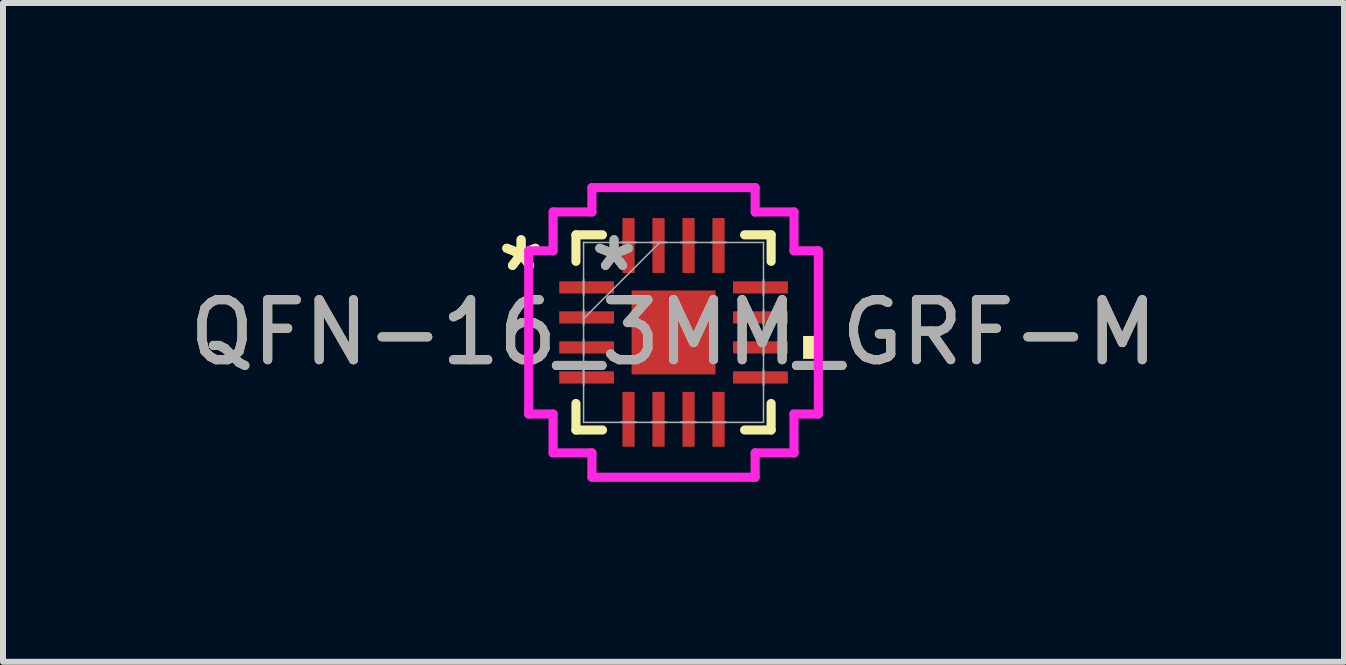
<source format=kicad_pcb>
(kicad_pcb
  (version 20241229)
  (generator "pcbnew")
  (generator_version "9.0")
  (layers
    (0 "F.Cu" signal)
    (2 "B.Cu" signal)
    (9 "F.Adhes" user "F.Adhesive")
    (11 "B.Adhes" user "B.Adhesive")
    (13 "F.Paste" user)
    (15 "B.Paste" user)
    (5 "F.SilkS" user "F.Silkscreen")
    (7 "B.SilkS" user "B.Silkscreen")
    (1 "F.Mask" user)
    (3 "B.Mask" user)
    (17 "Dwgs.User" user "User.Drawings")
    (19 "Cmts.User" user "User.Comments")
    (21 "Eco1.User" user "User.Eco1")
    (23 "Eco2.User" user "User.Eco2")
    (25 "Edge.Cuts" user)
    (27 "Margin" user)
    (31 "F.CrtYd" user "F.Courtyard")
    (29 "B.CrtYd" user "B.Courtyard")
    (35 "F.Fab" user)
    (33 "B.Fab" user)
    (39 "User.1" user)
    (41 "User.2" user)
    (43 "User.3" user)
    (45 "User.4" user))
  (footprint "QFN-16_3MM_GRF-M"
    (layer "F.Cu")
    (at 8.173 2.489)
    (property "Reference" "QFN-16_3MM_GRF-M" (at 0 0 0) (unlocked yes) (layer "F.SilkS") (effects (font (size 1 1) (thickness 0.15))))
    (attr smd)
    (fp_line (start -1.626 -1.626) (end -1.626 -1.184) (stroke (width 0.152) (type solid)) (layer "F.SilkS"))
    (fp_line (start -1.626 1.184) (end -1.626 1.626) (stroke (width 0.152) (type solid)) (layer "F.SilkS"))
    (fp_line (start -1.626 1.626) (end -1.184 1.626) (stroke (width 0.152) (type solid)) (layer "F.SilkS"))
    (fp_line (start -1.184 -1.626) (end -1.626 -1.626) (stroke (width 0.152) (type solid)) (layer "F.SilkS"))
    (fp_line (start 1.184 1.626) (end 1.626 1.626) (stroke (width 0.152) (type solid)) (layer "F.SilkS"))
    (fp_line (start 1.626 -1.626) (end 1.184 -1.626) (stroke (width 0.152) (type solid)) (layer "F.SilkS"))
    (fp_line (start 1.626 -1.184) (end 1.626 -1.626) (stroke (width 0.152) (type solid)) (layer "F.SilkS"))
    (fp_line (start 1.626 1.626) (end 1.626 1.184) (stroke (width 0.152) (type solid)) (layer "F.SilkS"))
    (fp_poly (pts (xy 2.413 0.059) (xy 2.413 0.441) (xy 2.159 0.441) (xy 2.159 0.059)) (stroke (width 0) (type solid)) (fill yes) (layer "F.SilkS"))
    (fp_line (start -2.413 -1.36) (end -2.007 -1.36) (stroke (width 0.152) (type solid)) (layer "F.CrtYd"))
    (fp_line (start -2.413 1.36) (end -2.413 -1.36) (stroke (width 0.152) (type solid)) (layer "F.CrtYd"))
    (fp_line (start -2.007 -2.007) (end -1.36 -2.007) (stroke (width 0.152) (type solid)) (layer "F.CrtYd"))
    (fp_line (start -2.007 -1.36) (end -2.007 -2.007) (stroke (width 0.152) (type solid)) (layer "F.CrtYd"))
    (fp_line (start -2.007 1.36) (end -2.413 1.36) (stroke (width 0.152) (type solid)) (layer "F.CrtYd"))
    (fp_line (start -2.007 2.007) (end -2.007 1.36) (stroke (width 0.152) (type solid)) (layer "F.CrtYd"))
    (fp_line (start -1.36 -2.413) (end 1.36 -2.413) (stroke (width 0.152) (type solid)) (layer "F.CrtYd"))
    (fp_line (start -1.36 -2.007) (end -1.36 -2.413) (stroke (width 0.152) (type solid)) (layer "F.CrtYd"))
    (fp_line (start -1.36 2.007) (end -2.007 2.007) (stroke (width 0.152) (type solid)) (layer "F.CrtYd"))
    (fp_line (start -1.36 2.413) (end -1.36 2.007) (stroke (width 0.152) (type solid)) (layer "F.CrtYd"))
    (fp_line (start 1.36 -2.413) (end 1.36 -2.007) (stroke (width 0.152) (type solid)) (layer "F.CrtYd"))
    (fp_line (start 1.36 -2.007) (end 2.007 -2.007) (stroke (width 0.152) (type solid)) (layer "F.CrtYd"))
    (fp_line (start 1.36 2.007) (end 1.36 2.413) (stroke (width 0.152) (type solid)) (layer "F.CrtYd"))
    (fp_line (start 1.36 2.413) (end -1.36 2.413) (stroke (width 0.152) (type solid)) (layer "F.CrtYd"))
    (fp_line (start 2.007 -2.007) (end 2.007 -1.36) (stroke (width 0.152) (type solid)) (layer "F.CrtYd"))
    (fp_line (start 2.007 -1.36) (end 2.413 -1.36) (stroke (width 0.152) (type solid)) (layer "F.CrtYd"))
    (fp_line (start 2.007 1.36) (end 2.007 2.007) (stroke (width 0.152) (type solid)) (layer "F.CrtYd"))
    (fp_line (start 2.007 2.007) (end 1.36 2.007) (stroke (width 0.152) (type solid)) (layer "F.CrtYd"))
    (fp_line (start 2.413 -1.36) (end 2.413 1.36) (stroke (width 0.152) (type solid)) (layer "F.CrtYd"))
    (fp_line (start 2.413 1.36) (end 2.007 1.36) (stroke (width 0.152) (type solid)) (layer "F.CrtYd"))
    (fp_line (start -1.499 -1.499) (end -1.499 -1.499) (stroke (width 0.025) (type solid)) (layer "F.Fab"))
    (fp_line (start -1.499 -1.499) (end -1.499 1.499) (stroke (width 0.025) (type solid)) (layer "F.Fab"))
    (fp_line (start -1.499 -0.877) (end -1.499 -0.877) (stroke (width 0.025) (type solid)) (layer "F.Fab"))
    (fp_line (start -1.499 -0.877) (end -1.499 -0.623) (stroke (width 0.025) (type solid)) (layer "F.Fab"))
    (fp_line (start -1.499 -0.623) (end -1.499 -0.877) (stroke (width 0.025) (type solid)) (layer "F.Fab"))
    (fp_line (start -1.499 -0.623) (end -1.499 -0.623) (stroke (width 0.025) (type solid)) (layer "F.Fab"))
    (fp_line (start -1.499 -0.377) (end -1.499 -0.377) (stroke (width 0.025) (type solid)) (layer "F.Fab"))
    (fp_line (start -1.499 -0.377) (end -1.499 -0.123) (stroke (width 0.025) (type solid)) (layer "F.Fab"))
    (fp_line (start -1.499 -0.229) (end -0.229 -1.499) (stroke (width 0.025) (type solid)) (layer "F.Fab"))
    (fp_line (start -1.499 -0.123) (end -1.499 -0.377) (stroke (width 0.025) (type solid)) (layer "F.Fab"))
    (fp_line (start -1.499 -0.123) (end -1.499 -0.123) (stroke (width 0.025) (type solid)) (layer "F.Fab"))
    (fp_line (start -1.499 0.123) (end -1.499 0.123) (stroke (width 0.025) (type solid)) (layer "F.Fab"))
    (fp_line (start -1.499 0.123) (end -1.499 0.377) (stroke (width 0.025) (type solid)) (layer "F.Fab"))
    (fp_line (start -1.499 0.377) (end -1.499 0.123) (stroke (width 0.025) (type solid)) (layer "F.Fab"))
    (fp_line (start -1.499 0.377) (end -1.499 0.377) (stroke (width 0.025) (type solid)) (layer "F.Fab"))
    (fp_line (start -1.499 0.623) (end -1.499 0.623) (stroke (width 0.025) (type solid)) (layer "F.Fab"))
    (fp_line (start -1.499 0.623) (end -1.499 0.877) (stroke (width 0.025) (type solid)) (layer "F.Fab"))
    (fp_line (start -1.499 0.877) (end -1.499 0.623) (stroke (width 0.025) (type solid)) (layer "F.Fab"))
    (fp_line (start -1.499 0.877) (end -1.499 0.877) (stroke (width 0.025) (type solid)) (layer "F.Fab"))
    (fp_line (start -1.499 1.499) (end -1.499 1.499) (stroke (width 0.025) (type solid)) (layer "F.Fab"))
    (fp_line (start -1.499 1.499) (end 1.499 1.499) (stroke (width 0.025) (type solid)) (layer "F.Fab"))
    (fp_line (start -0.877 -1.499) (end -0.877 -1.499) (stroke (width 0.025) (type solid)) (layer "F.Fab"))
    (fp_line (start -0.877 -1.499) (end -0.623 -1.499) (stroke (width 0.025) (type solid)) (layer "F.Fab"))
    (fp_line (start -0.877 1.499) (end -0.877 1.499) (stroke (width 0.025) (type solid)) (layer "F.Fab"))
    (fp_line (start -0.877 1.499) (end -0.623 1.499) (stroke (width 0.025) (type solid)) (layer "F.Fab"))
    (fp_line (start -0.623 -1.499) (end -0.877 -1.499) (stroke (width 0.025) (type solid)) (layer "F.Fab"))
    (fp_line (start -0.623 -1.499) (end -0.623 -1.499) (stroke (width 0.025) (type solid)) (layer "F.Fab"))
    (fp_line (start -0.623 1.499) (end -0.877 1.499) (stroke (width 0.025) (type solid)) (layer "F.Fab"))
    (fp_line (start -0.623 1.499) (end -0.623 1.499) (stroke (width 0.025) (type solid)) (layer "F.Fab"))
    (fp_line (start -0.377 -1.499) (end -0.377 -1.499) (stroke (width 0.025) (type solid)) (layer "F.Fab"))
    (fp_line (start -0.377 -1.499) (end -0.123 -1.499) (stroke (width 0.025) (type solid)) (layer "F.Fab"))
    (fp_line (start -0.377 1.499) (end -0.377 1.499) (stroke (width 0.025) (type solid)) (layer "F.Fab"))
    (fp_line (start -0.377 1.499) (end -0.123 1.499) (stroke (width 0.025) (type solid)) (layer "F.Fab"))
    (fp_line (start -0.123 -1.499) (end -0.377 -1.499) (stroke (width 0.025) (type solid)) (layer "F.Fab"))
    (fp_line (start -0.123 -1.499) (end -0.123 -1.499) (stroke (width 0.025) (type solid)) (layer "F.Fab"))
    (fp_line (start -0.123 1.499) (end -0.377 1.499) (stroke (width 0.025) (type solid)) (layer "F.Fab"))
    (fp_line (start -0.123 1.499) (end -0.123 1.499) (stroke (width 0.025) (type solid)) (layer "F.Fab"))
    (fp_line (start 0.123 -1.499) (end 0.123 -1.499) (stroke (width 0.025) (type solid)) (layer "F.Fab"))
    (fp_line (start 0.123 -1.499) (end 0.377 -1.499) (stroke (width 0.025) (type solid)) (layer "F.Fab"))
    (fp_line (start 0.123 1.499) (end 0.123 1.499) (stroke (width 0.025) (type solid)) (layer "F.Fab"))
    (fp_line (start 0.123 1.499) (end 0.377 1.499) (stroke (width 0.025) (type solid)) (layer "F.Fab"))
    (fp_line (start 0.377 -1.499) (end 0.123 -1.499) (stroke (width 0.025) (type solid)) (layer "F.Fab"))
    (fp_line (start 0.377 -1.499) (end 0.377 -1.499) (stroke (width 0.025) (type solid)) (layer "F.Fab"))
    (fp_line (start 0.377 1.499) (end 0.123 1.499) (stroke (width 0.025) (type solid)) (layer "F.Fab"))
    (fp_line (start 0.377 1.499) (end 0.377 1.499) (stroke (width 0.025) (type solid)) (layer "F.Fab"))
    (fp_line (start 0.623 -1.499) (end 0.623 -1.499) (stroke (width 0.025) (type solid)) (layer "F.Fab"))
    (fp_line (start 0.623 -1.499) (end 0.877 -1.499) (stroke (width 0.025) (type solid)) (layer "F.Fab"))
    (fp_line (start 0.623 1.499) (end 0.623 1.499) (stroke (width 0.025) (type solid)) (layer "F.Fab"))
    (fp_line (start 0.623 1.499) (end 0.877 1.499) (stroke (width 0.025) (type solid)) (layer "F.Fab"))
    (fp_line (start 0.877 -1.499) (end 0.623 -1.499) (stroke (width 0.025) (type solid)) (layer "F.Fab"))
    (fp_line (start 0.877 -1.499) (end 0.877 -1.499) (stroke (width 0.025) (type solid)) (layer "F.Fab"))
    (fp_line (start 0.877 1.499) (end 0.623 1.499) (stroke (width 0.025) (type solid)) (layer "F.Fab"))
    (fp_line (start 0.877 1.499) (end 0.877 1.499) (stroke (width 0.025) (type solid)) (layer "F.Fab"))
    (fp_line (start 1.499 -1.499) (end -1.499 -1.499) (stroke (width 0.025) (type solid)) (layer "F.Fab"))
    (fp_line (start 1.499 -1.499) (end 1.499 -1.499) (stroke (width 0.025) (type solid)) (layer "F.Fab"))
    (fp_line (start 1.499 -0.877) (end 1.499 -0.877) (stroke (width 0.025) (type solid)) (layer "F.Fab"))
    (fp_line (start 1.499 -0.877) (end 1.499 -0.623) (stroke (width 0.025) (type solid)) (layer "F.Fab"))
    (fp_line (start 1.499 -0.623) (end 1.499 -0.877) (stroke (width 0.025) (type solid)) (layer "F.Fab"))
    (fp_line (start 1.499 -0.623) (end 1.499 -0.623) (stroke (width 0.025) (type solid)) (layer "F.Fab"))
    (fp_line (start 1.499 -0.377) (end 1.499 -0.377) (stroke (width 0.025) (type solid)) (layer "F.Fab"))
    (fp_line (start 1.499 -0.377) (end 1.499 -0.123) (stroke (width 0.025) (type solid)) (layer "F.Fab"))
    (fp_line (start 1.499 -0.123) (end 1.499 -0.377) (stroke (width 0.025) (type solid)) (layer "F.Fab"))
    (fp_line (start 1.499 -0.123) (end 1.499 -0.123) (stroke (width 0.025) (type solid)) (layer "F.Fab"))
    (fp_line (start 1.499 0.123) (end 1.499 0.123) (stroke (width 0.025) (type solid)) (layer "F.Fab"))
    (fp_line (start 1.499 0.123) (end 1.499 0.377) (stroke (width 0.025) (type solid)) (layer "F.Fab"))
    (fp_line (start 1.499 0.377) (end 1.499 0.123) (stroke (width 0.025) (type solid)) (layer "F.Fab"))
    (fp_line (start 1.499 0.377) (end 1.499 0.377) (stroke (width 0.025) (type solid)) (layer "F.Fab"))
    (fp_line (start 1.499 0.623) (end 1.499 0.623) (stroke (width 0.025) (type solid)) (layer "F.Fab"))
    (fp_line (start 1.499 0.623) (end 1.499 0.877) (stroke (width 0.025) (type solid)) (layer "F.Fab"))
    (fp_line (start 1.499 0.877) (end 1.499 0.623) (stroke (width 0.025) (type solid)) (layer "F.Fab"))
    (fp_line (start 1.499 0.877) (end 1.499 0.877) (stroke (width 0.025) (type solid)) (layer "F.Fab"))
    (fp_line (start 1.499 1.499) (end 1.499 -1.499) (stroke (width 0.025) (type solid)) (layer "F.Fab"))
    (fp_line (start 1.499 1.499) (end 1.499 1.499) (stroke (width 0.025) (type solid)) (layer "F.Fab"))
    (fp_text user "*" (at -2.54 -1 0) (unlocked yes) (layer "F.SilkS") (effects (font (size 1 1) (thickness 0.15))))
    (fp_text user "*" (at -2.54 -1 0) (layer "F.SilkS") (effects (font (size 1 1) (thickness 0.15))))
    (fp_text user "${REFERENCE}" (at 0 0 0) (unlocked yes) (layer "F.Fab") (effects (font (size 1 1) (thickness 0.15))))
    (fp_text user "*" (at -0.991 -1 0) (unlocked yes) (layer "F.Fab") (effects (font (size 1 1) (thickness 0.15))))
    (fp_text user "*" (at -0.991 -1 0) (layer "F.Fab") (effects (font (size 1 1) (thickness 0.15))))
    (pad "1" smd rect (at -1.448 -0.75 90) (size 0.203 0.914) (layers "F.Cu" "F.Mask" "F.Paste"))
    (pad "2" smd rect (at -1.448 -0.25 90) (size 0.203 0.914) (layers "F.Cu" "F.Mask" "F.Paste"))
    (pad "3" smd rect (at -1.448 0.25 90) (size 0.203 0.914) (layers "F.Cu" "F.Mask" "F.Paste"))
    (pad "4" smd rect (at -1.448 0.75 90) (size 0.203 0.914) (layers "F.Cu" "F.Mask" "F.Paste"))
    (pad "5" smd rect (at -0.75 1.448) (size 0.203 0.914) (layers "F.Cu" "F.Mask" "F.Paste"))
    (pad "6" smd rect (at -0.25 1.448) (size 0.203 0.914) (layers "F.Cu" "F.Mask" "F.Paste"))
    (pad "7" smd rect (at 0.25 1.448) (size 0.203 0.914) (layers "F.Cu" "F.Mask" "F.Paste"))
    (pad "8" smd rect (at 0.75 1.448) (size 0.203 0.914) (layers "F.Cu" "F.Mask" "F.Paste"))
    (pad "9" smd rect (at 1.448 0.75 90) (size 0.203 0.914) (layers "F.Cu" "F.Mask" "F.Paste"))
    (pad "10" smd rect (at 1.448 0.25 90) (size 0.203 0.914) (layers "F.Cu" "F.Mask" "F.Paste"))
    (pad "11" smd rect (at 1.448 -0.25 90) (size 0.203 0.914) (layers "F.Cu" "F.Mask" "F.Paste"))
    (pad "12" smd rect (at 1.448 -0.75 90) (size 0.203 0.914) (layers "F.Cu" "F.Mask" "F.Paste"))
    (pad "13" smd rect (at 0.75 -1.448) (size 0.203 0.914) (layers "F.Cu" "F.Mask" "F.Paste"))
    (pad "14" smd rect (at 0.25 -1.448) (size 0.203 0.914) (layers "F.Cu" "F.Mask" "F.Paste"))
    (pad "15" smd rect (at -0.25 -1.448) (size 0.203 0.914) (layers "F.Cu" "F.Mask" "F.Paste"))
    (pad "16" smd rect (at -0.75 -1.448) (size 0.203 0.914) (layers "F.Cu" "F.Mask" "F.Paste"))
    (pad "17" smd rect (at 0 0) (size 1.397 1.397) (layers "F.Cu" "F.Mask" "F.Paste")))
  (gr_rect
    (start -3 -3)
    (end 19.345 7.978)
    (stroke (width 0.1) (type default))
    (fill no)
    (layer "Edge.Cuts")))
</source>
